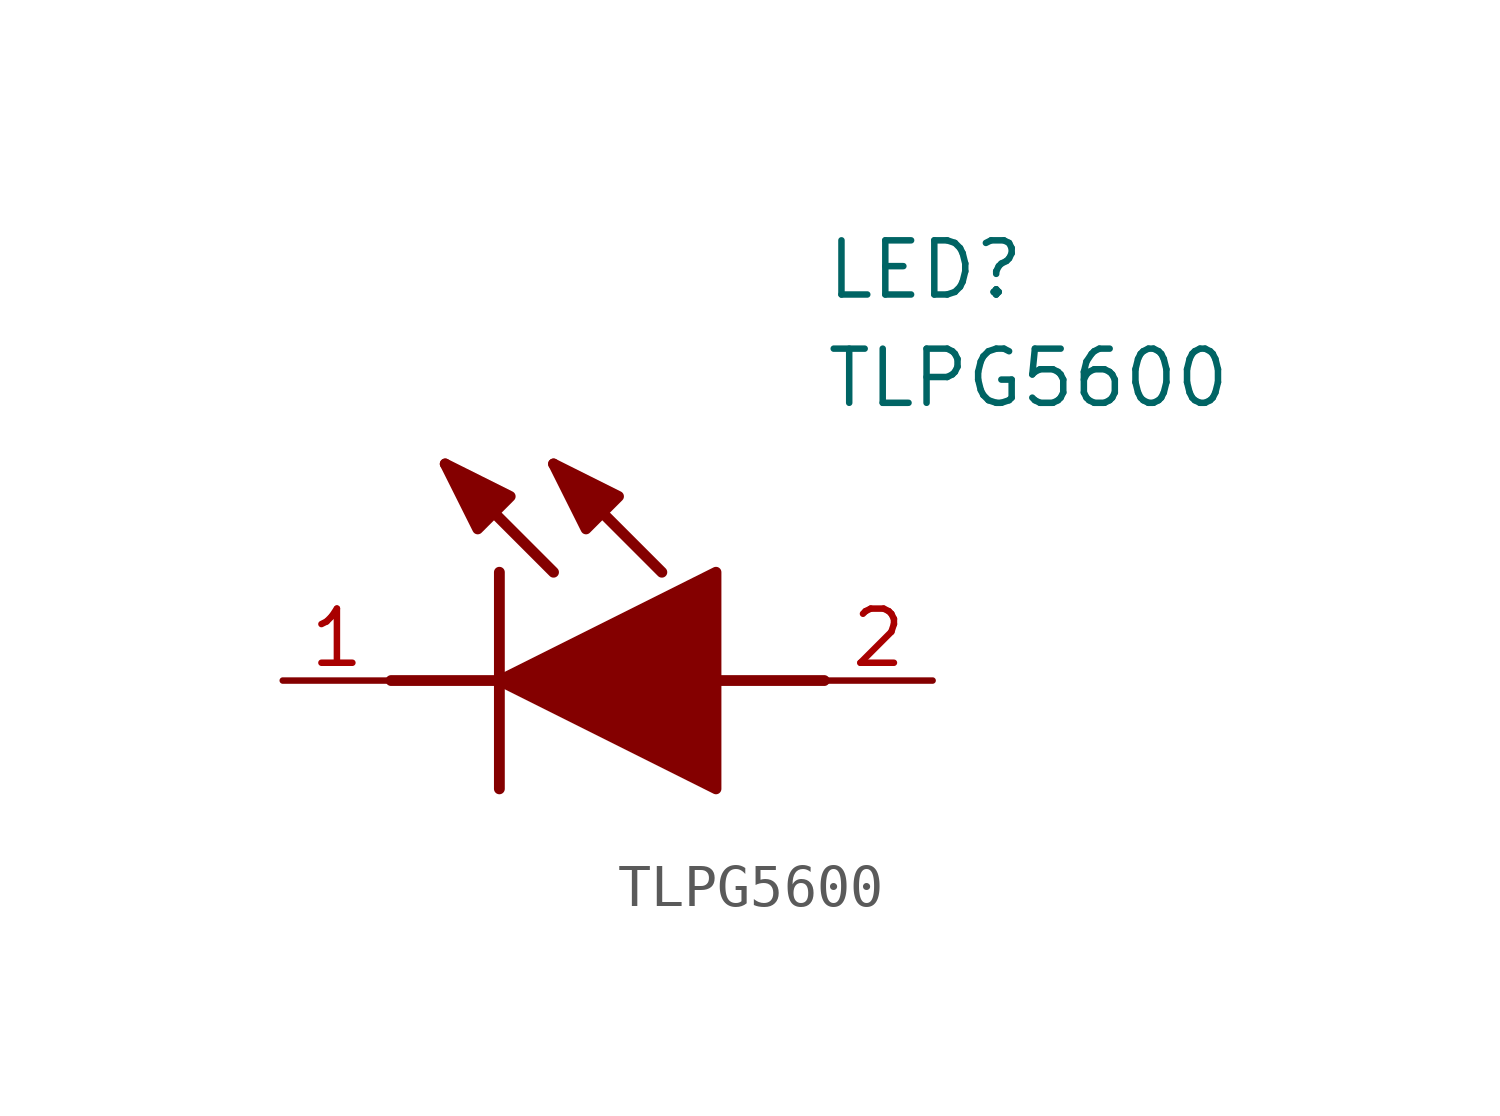
<source format=kicad_sym>
(kicad_symbol_lib
  (version 20211014)
  (generator SamacSys_ECAD_Model)
  (symbol "TLPG5600"
    (pin_names hide)
    (property "Reference" "LED"
      (at 12.7 8.89 0)
      (effects (font (size 1.27 1.27)) (justify left bottom)))
    (property "Value" "TLPG5600"
      (at 12.7 6.35 0)
      (effects (font (size 1.27 1.27)) (justify left bottom)))
    (polyline
      (pts (xy 5.08 2.54) (xy 5.08 -2.54))
      (stroke (width 0.254) (type default))
      (fill (type none)))
    (polyline
      (pts (xy 6.35 2.54) (xy 3.81 5.08))
      (stroke (width 0.254) (type default))
      (fill (type none)))
    (polyline
      (pts (xy 8.89 2.54) (xy 6.35 5.08))
      (stroke (width 0.254) (type default))
      (fill (type none)))
    (polyline
      (pts (xy 2.54 0) (xy 5.08 0))
      (stroke (width 0.254) (type default))
      (fill (type none)))
    (polyline
      (pts (xy 10.16 0) (xy 12.7 0))
      (stroke (width 0.254) (type default))
      (fill (type none)))
    (polyline
      (pts (xy 5.08 0) (xy 10.16 2.54) (xy 10.16 -2.54) (xy 5.08 0))
      (stroke (width 0.254) (type default))
      (fill (type outline)))
    (polyline
      (pts (xy 5.334 4.318) (xy 4.572 3.556) (xy 3.81 5.08) (xy 5.334 4.318))
      (stroke (width 0.254) (type default))
      (fill (type outline)))
    (polyline
      (pts (xy 7.874 4.318) (xy 7.112 3.556) (xy 6.35 5.08) (xy 7.874 4.318))
      (stroke (width 0.254) (type default))
      (fill (type outline)))
    (pin passive line
      (at 0 0 0)
      (length 2.54)
      (name "K" (effects (font (size 1.27 1.27))))
      (number "1" (effects (font (size 1.27 1.27)))))
    (pin passive line
      (at 15.24 0 180)
      (length 2.54)
      (name "A" (effects (font (size 1.27 1.27))))
      (number "2" (effects (font (size 1.27 1.27)))))))
</source>
